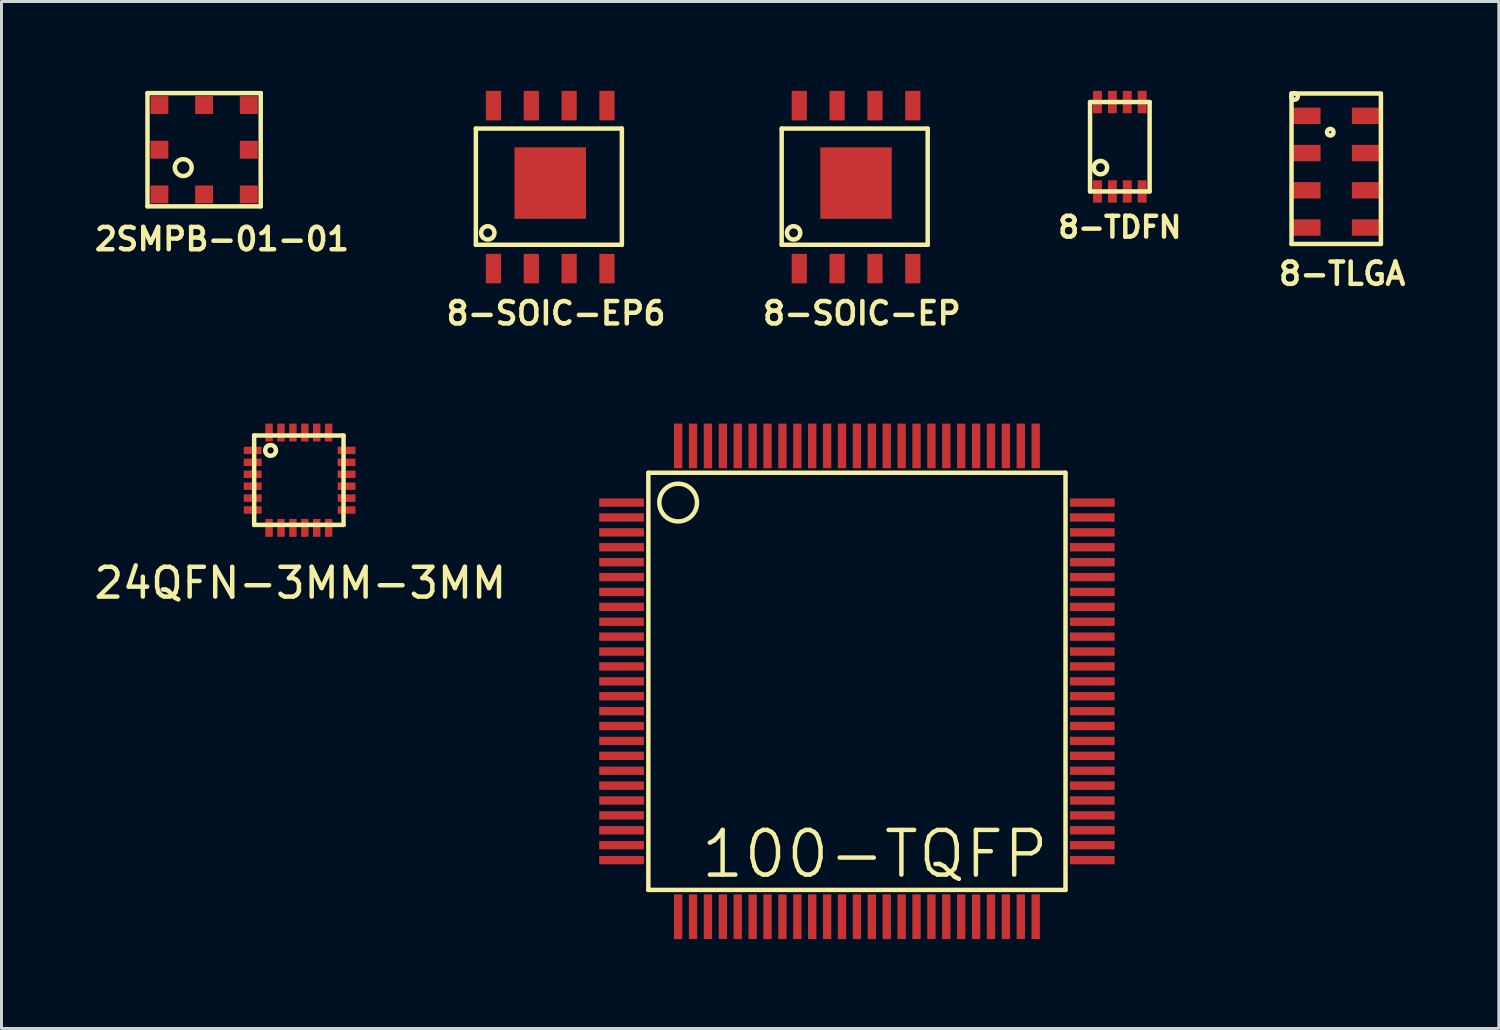
<source format=kicad_pcb>
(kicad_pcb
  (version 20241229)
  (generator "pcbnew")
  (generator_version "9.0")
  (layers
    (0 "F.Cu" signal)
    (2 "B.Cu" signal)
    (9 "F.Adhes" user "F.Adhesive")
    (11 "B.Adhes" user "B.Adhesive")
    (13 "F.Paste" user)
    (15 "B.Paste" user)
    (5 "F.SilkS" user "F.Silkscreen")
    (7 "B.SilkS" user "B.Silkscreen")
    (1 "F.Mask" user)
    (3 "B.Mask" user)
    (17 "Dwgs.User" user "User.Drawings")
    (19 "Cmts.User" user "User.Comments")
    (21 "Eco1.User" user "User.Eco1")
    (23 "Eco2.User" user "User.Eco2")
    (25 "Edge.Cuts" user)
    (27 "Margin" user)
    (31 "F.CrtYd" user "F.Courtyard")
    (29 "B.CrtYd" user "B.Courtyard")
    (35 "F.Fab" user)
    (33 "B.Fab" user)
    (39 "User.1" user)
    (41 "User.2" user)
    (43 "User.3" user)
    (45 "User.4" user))
  (footprint "8-TDFN"
    (layer "F.Cu")
    (at 33.784 3.375)
    (property "Reference" "8-TDFN" (at 0.75 1.2 0) (layer "F.SilkS") (effects (font (size 0.7 0.7) (thickness 0.15))))
    (attr through_hole)
    (fp_line (start -0.25 0) (end -0.25 -3) (stroke (width 0.15) (type solid)) (layer "F.SilkS"))
    (fp_line (start 1.75 -3) (end -0.25 -3) (stroke (width 0.15) (type solid)) (layer "F.SilkS"))
    (fp_line (start 1.75 -3) (end 1.75 0) (stroke (width 0.15) (type solid)) (layer "F.SilkS"))
    (fp_line (start 1.75 0) (end -0.25 0) (stroke (width 0.15) (type solid)) (layer "F.SilkS"))
    (fp_circle (center 0.1 -0.8) (end 0.3 -0.7) (stroke (width 0.15) (type solid)) (fill no) (layer "F.SilkS"))
    (pad "1" smd rect (at 0 0) (size 0.3 0.75) (layers "F.Cu" "F.Mask" "F.Paste"))
    (pad "2" smd rect (at 0.5 0) (size 0.3 0.75) (layers "F.Cu" "F.Mask" "F.Paste"))
    (pad "3" smd rect (at 1 0) (size 0.3 0.75) (layers "F.Cu" "F.Mask" "F.Paste"))
    (pad "4" smd rect (at 1.5 0) (size 0.3 0.75) (layers "F.Cu" "F.Mask" "F.Paste"))
    (pad "5" smd rect (at 1.5 -3) (size 0.3 0.75) (layers "F.Cu" "F.Mask" "F.Paste"))
    (pad "6" smd rect (at 1 -3) (size 0.3 0.75) (layers "F.Cu" "F.Mask" "F.Paste"))
    (pad "7" smd rect (at 0.5 -3) (size 0.3 0.75) (layers "F.Cu" "F.Mask" "F.Paste"))
    (pad "8" smd rect (at 0 -3) (size 0.3 0.75) (layers "F.Cu" "F.Mask" "F.Paste")))
  (footprint "100-TQFP"
    (layer "F.Cu")
    (at 25.71 19.817)
    (property "Reference" "100-TQFP" (at 0.6 5.8 0) (layer "F.SilkS") (effects (font (size 1.5 1.5) (thickness 0.15))))
    (attr through_hole)
    (fp_line (start -7 -7) (end 7 -7) (stroke (width 0.15) (type solid)) (layer "F.SilkS"))
    (fp_line (start -7 7) (end -7 -7) (stroke (width 0.15) (type solid)) (layer "F.SilkS"))
    (fp_line (start 7 -7) (end 7 7) (stroke (width 0.15) (type solid)) (layer "F.SilkS"))
    (fp_line (start 7 7) (end -7 7) (stroke (width 0.15) (type solid)) (layer "F.SilkS"))
    (fp_circle (center -6 -6) (end -5.8 -5.4) (stroke (width 0.15) (type solid)) (fill no) (layer "F.SilkS"))
    (pad "1" smd rect (at -7.9 -6) (size 1.5 0.28) (layers "F.Cu" "F.Mask" "F.Paste"))
    (pad "2" smd rect (at -7.9 -5.5) (size 1.5 0.28) (layers "F.Cu" "F.Mask" "F.Paste"))
    (pad "3" smd rect (at -7.9 -5) (size 1.5 0.28) (layers "F.Cu" "F.Mask" "F.Paste"))
    (pad "4" smd rect (at -7.9 -4.5) (size 1.5 0.28) (layers "F.Cu" "F.Mask" "F.Paste"))
    (pad "5" smd rect (at -7.9 -4) (size 1.5 0.28) (layers "F.Cu" "F.Mask" "F.Paste"))
    (pad "6" smd rect (at -7.9 -3.5) (size 1.5 0.28) (layers "F.Cu" "F.Mask" "F.Paste"))
    (pad "7" smd rect (at -7.9 -3) (size 1.5 0.28) (layers "F.Cu" "F.Mask" "F.Paste"))
    (pad "8" smd rect (at -7.9 -2.5) (size 1.5 0.28) (layers "F.Cu" "F.Mask" "F.Paste"))
    (pad "9" smd rect (at -7.9 -2) (size 1.5 0.28) (layers "F.Cu" "F.Mask" "F.Paste"))
    (pad "10" smd rect (at -7.9 -1.5) (size 1.5 0.28) (layers "F.Cu" "F.Mask" "F.Paste"))
    (pad "11" smd rect (at -7.9 -1) (size 1.5 0.28) (layers "F.Cu" "F.Mask" "F.Paste"))
    (pad "12" smd rect (at -7.9 -0.5) (size 1.5 0.28) (layers "F.Cu" "F.Mask" "F.Paste"))
    (pad "13" smd rect (at -7.9 0) (size 1.5 0.28) (layers "F.Cu" "F.Mask" "F.Paste"))
    (pad "14" smd rect (at -7.9 0.5) (size 1.5 0.28) (layers "F.Cu" "F.Mask" "F.Paste"))
    (pad "15" smd rect (at -7.9 1) (size 1.5 0.28) (layers "F.Cu" "F.Mask" "F.Paste"))
    (pad "16" smd rect (at -7.9 1.5) (size 1.5 0.28) (layers "F.Cu" "F.Mask" "F.Paste"))
    (pad "17" smd rect (at -7.9 2) (size 1.5 0.28) (layers "F.Cu" "F.Mask" "F.Paste"))
    (pad "18" smd rect (at -7.9 2.5) (size 1.5 0.28) (layers "F.Cu" "F.Mask" "F.Paste"))
    (pad "19" smd rect (at -7.9 3) (size 1.5 0.28) (layers "F.Cu" "F.Mask" "F.Paste"))
    (pad "20" smd rect (at -7.9 3.5) (size 1.5 0.28) (layers "F.Cu" "F.Mask" "F.Paste"))
    (pad "21" smd rect (at -7.9 4) (size 1.5 0.28) (layers "F.Cu" "F.Mask" "F.Paste"))
    (pad "22" smd rect (at -7.9 4.5) (size 1.5 0.28) (layers "F.Cu" "F.Mask" "F.Paste"))
    (pad "23" smd rect (at -7.9 5) (size 1.5 0.28) (layers "F.Cu" "F.Mask" "F.Paste"))
    (pad "24" smd rect (at -7.9 5.5) (size 1.5 0.28) (layers "F.Cu" "F.Mask" "F.Paste"))
    (pad "25" smd rect (at -7.9 6) (size 1.5 0.28) (layers "F.Cu" "F.Mask" "F.Paste"))
    (pad "26" smd rect (at -6 7.9) (size 0.28 1.5) (layers "F.Cu" "F.Mask" "F.Paste"))
    (pad "27" smd rect (at -5.5 7.9) (size 0.28 1.5) (layers "F.Cu" "F.Mask" "F.Paste"))
    (pad "28" smd rect (at -5 7.9) (size 0.28 1.5) (layers "F.Cu" "F.Mask" "F.Paste"))
    (pad "29" smd rect (at -4.5 7.9) (size 0.28 1.5) (layers "F.Cu" "F.Mask" "F.Paste"))
    (pad "30" smd rect (at -4 7.9) (size 0.28 1.5) (layers "F.Cu" "F.Mask" "F.Paste"))
    (pad "31" smd rect (at -3.5 7.9) (size 0.28 1.5) (layers "F.Cu" "F.Mask" "F.Paste"))
    (pad "32" smd rect (at -3 7.9) (size 0.28 1.5) (layers "F.Cu" "F.Mask" "F.Paste"))
    (pad "33" smd rect (at -2.5 7.9) (size 0.28 1.5) (layers "F.Cu" "F.Mask" "F.Paste"))
    (pad "34" smd rect (at -2 7.9) (size 0.28 1.5) (layers "F.Cu" "F.Mask" "F.Paste"))
    (pad "35" smd rect (at -1.5 7.9) (size 0.28 1.5) (layers "F.Cu" "F.Mask" "F.Paste"))
    (pad "36" smd rect (at -1 7.9) (size 0.28 1.5) (layers "F.Cu" "F.Mask" "F.Paste"))
    (pad "37" smd rect (at -0.5 7.9) (size 0.28 1.5) (layers "F.Cu" "F.Mask" "F.Paste"))
    (pad "38" smd rect (at 0 7.9) (size 0.28 1.5) (layers "F.Cu" "F.Mask" "F.Paste"))
    (pad "39" smd rect (at 0.5 7.9) (size 0.28 1.5) (layers "F.Cu" "F.Mask" "F.Paste"))
    (pad "40" smd rect (at 1 7.9) (size 0.28 1.5) (layers "F.Cu" "F.Mask" "F.Paste"))
    (pad "41" smd rect (at 1.5 7.9) (size 0.28 1.5) (layers "F.Cu" "F.Mask" "F.Paste"))
    (pad "42" smd rect (at 2 7.9) (size 0.28 1.5) (layers "F.Cu" "F.Mask" "F.Paste"))
    (pad "43" smd rect (at 2.5 7.9) (size 0.28 1.5) (layers "F.Cu" "F.Mask" "F.Paste"))
    (pad "44" smd rect (at 3 7.9) (size 0.28 1.5) (layers "F.Cu" "F.Mask" "F.Paste"))
    (pad "45" smd rect (at 3.5 7.9) (size 0.28 1.5) (layers "F.Cu" "F.Mask" "F.Paste"))
    (pad "46" smd rect (at 4 7.9) (size 0.28 1.5) (layers "F.Cu" "F.Mask" "F.Paste"))
    (pad "47" smd rect (at 4.5 7.9) (size 0.28 1.5) (layers "F.Cu" "F.Mask" "F.Paste"))
    (pad "48" smd rect (at 5 7.9) (size 0.28 1.5) (layers "F.Cu" "F.Mask" "F.Paste"))
    (pad "49" smd rect (at 5.5 7.9) (size 0.28 1.5) (layers "F.Cu" "F.Mask" "F.Paste"))
    (pad "50" smd rect (at 6 7.9) (size 0.28 1.5) (layers "F.Cu" "F.Mask" "F.Paste"))
    (pad "51" smd rect (at 7.9 6) (size 1.5 0.28) (layers "F.Cu" "F.Mask" "F.Paste"))
    (pad "52" smd rect (at 7.9 5.5) (size 1.5 0.28) (layers "F.Cu" "F.Mask" "F.Paste"))
    (pad "53" smd rect (at 7.9 5) (size 1.5 0.28) (layers "F.Cu" "F.Mask" "F.Paste"))
    (pad "54" smd rect (at 7.9 4.5) (size 1.5 0.28) (layers "F.Cu" "F.Mask" "F.Paste"))
    (pad "55" smd rect (at 7.9 4) (size 1.5 0.28) (layers "F.Cu" "F.Mask" "F.Paste"))
    (pad "56" smd rect (at 7.9 3.5) (size 1.5 0.28) (layers "F.Cu" "F.Mask" "F.Paste"))
    (pad "57" smd rect (at 7.9 3) (size 1.5 0.28) (layers "F.Cu" "F.Mask" "F.Paste"))
    (pad "58" smd rect (at 7.9 2.5) (size 1.5 0.28) (layers "F.Cu" "F.Mask" "F.Paste"))
    (pad "59" smd rect (at 7.9 2) (size 1.5 0.28) (layers "F.Cu" "F.Mask" "F.Paste"))
    (pad "60" smd rect (at 7.9 1.5) (size 1.5 0.28) (layers "F.Cu" "F.Mask" "F.Paste"))
    (pad "61" smd rect (at 7.9 1) (size 1.5 0.28) (layers "F.Cu" "F.Mask" "F.Paste"))
    (pad "62" smd rect (at 7.9 0.5) (size 1.5 0.28) (layers "F.Cu" "F.Mask" "F.Paste"))
    (pad "63" smd rect (at 7.9 0) (size 1.5 0.28) (layers "F.Cu" "F.Mask" "F.Paste"))
    (pad "64" smd rect (at 7.9 -0.5) (size 1.5 0.28) (layers "F.Cu" "F.Mask" "F.Paste"))
    (pad "65" smd rect (at 7.9 -1) (size 1.5 0.28) (layers "F.Cu" "F.Mask" "F.Paste"))
    (pad "66" smd rect (at 7.9 -1.5) (size 1.5 0.28) (layers "F.Cu" "F.Mask" "F.Paste"))
    (pad "67" smd rect (at 7.9 -2) (size 1.5 0.28) (layers "F.Cu" "F.Mask" "F.Paste"))
    (pad "68" smd rect (at 7.9 -2.5) (size 1.5 0.28) (layers "F.Cu" "F.Mask" "F.Paste"))
    (pad "69" smd rect (at 7.9 -3) (size 1.5 0.28) (layers "F.Cu" "F.Mask" "F.Paste"))
    (pad "70" smd rect (at 7.9 -3.5) (size 1.5 0.28) (layers "F.Cu" "F.Mask" "F.Paste"))
    (pad "71" smd rect (at 7.9 -4) (size 1.5 0.28) (layers "F.Cu" "F.Mask" "F.Paste"))
    (pad "72" smd rect (at 7.9 -4.5) (size 1.5 0.28) (layers "F.Cu" "F.Mask" "F.Paste"))
    (pad "73" smd rect (at 7.9 -5) (size 1.5 0.28) (layers "F.Cu" "F.Mask" "F.Paste"))
    (pad "74" smd rect (at 7.9 -5.5) (size 1.5 0.28) (layers "F.Cu" "F.Mask" "F.Paste"))
    (pad "75" smd rect (at 7.9 -6) (size 1.5 0.28) (layers "F.Cu" "F.Mask" "F.Paste"))
    (pad "76" smd rect (at 6 -7.9) (size 0.28 1.5) (layers "F.Cu" "F.Mask" "F.Paste"))
    (pad "77" smd rect (at 5.5 -7.9) (size 0.28 1.5) (layers "F.Cu" "F.Mask" "F.Paste"))
    (pad "78" smd rect (at 5 -7.9) (size 0.28 1.5) (layers "F.Cu" "F.Mask" "F.Paste"))
    (pad "79" smd rect (at 4.5 -7.9) (size 0.28 1.5) (layers "F.Cu" "F.Mask" "F.Paste"))
    (pad "80" smd rect (at 4 -7.9) (size 0.28 1.5) (layers "F.Cu" "F.Mask" "F.Paste"))
    (pad "81" smd rect (at 3.5 -7.9) (size 0.28 1.5) (layers "F.Cu" "F.Mask" "F.Paste"))
    (pad "82" smd rect (at 3 -7.9) (size 0.28 1.5) (layers "F.Cu" "F.Mask" "F.Paste"))
    (pad "83" smd rect (at 2.5 -7.9) (size 0.28 1.5) (layers "F.Cu" "F.Mask" "F.Paste"))
    (pad "84" smd rect (at 2 -7.9) (size 0.28 1.5) (layers "F.Cu" "F.Mask" "F.Paste"))
    (pad "85" smd rect (at 1.5 -7.9) (size 0.28 1.5) (layers "F.Cu" "F.Mask" "F.Paste"))
    (pad "86" smd rect (at 1 -7.9) (size 0.28 1.5) (layers "F.Cu" "F.Mask" "F.Paste"))
    (pad "87" smd rect (at 0.5 -7.9) (size 0.28 1.5) (layers "F.Cu" "F.Mask" "F.Paste"))
    (pad "88" smd rect (at 0 -7.9) (size 0.28 1.5) (layers "F.Cu" "F.Mask" "F.Paste"))
    (pad "89" smd rect (at -0.5 -7.9) (size 0.28 1.5) (layers "F.Cu" "F.Mask" "F.Paste"))
    (pad "90" smd rect (at -1 -7.9) (size 0.28 1.5) (layers "F.Cu" "F.Mask" "F.Paste"))
    (pad "91" smd rect (at -1.5 -7.9) (size 0.28 1.5) (layers "F.Cu" "F.Mask" "F.Paste"))
    (pad "92" smd rect (at -2 -7.9) (size 0.28 1.5) (layers "F.Cu" "F.Mask" "F.Paste"))
    (pad "93" smd rect (at -2.5 -7.9) (size 0.28 1.5) (layers "F.Cu" "F.Mask" "F.Paste"))
    (pad "94" smd rect (at -3 -7.9) (size 0.28 1.5) (layers "F.Cu" "F.Mask" "F.Paste"))
    (pad "95" smd rect (at -3.5 -7.9) (size 0.28 1.5) (layers "F.Cu" "F.Mask" "F.Paste"))
    (pad "96" smd rect (at -4 -7.9) (size 0.28 1.5) (layers "F.Cu" "F.Mask" "F.Paste"))
    (pad "97" smd rect (at -4.5 -7.9) (size 0.28 1.5) (layers "F.Cu" "F.Mask" "F.Paste"))
    (pad "98" smd rect (at -5 -7.9) (size 0.28 1.5) (layers "F.Cu" "F.Mask" "F.Paste"))
    (pad "99" smd rect (at -5.5 -7.9) (size 0.28 1.5) (layers "F.Cu" "F.Mask" "F.Paste"))
    (pad "100" smd rect (at -6 -7.9) (size 0.28 1.5) (layers "F.Cu" "F.Mask" "F.Paste")))
  (footprint "8-SOIC-EP"
    (layer "F.Cu")
    (at 25.775 3.065)
    (property "Reference" "8-SOIC-EP" (at 0.1 4.4 0) (layer "F.SilkS") (effects (font (size 0.75 0.75) (thickness 0.15))))
    (attr through_hole)
    (fp_line (start -2.59 -1.8) (end 2.31 -1.8) (stroke (width 0.15) (type solid)) (layer "F.SilkS"))
    (fp_line (start -2.59 2.1) (end -2.59 -1.8) (stroke (width 0.15) (type solid)) (layer "F.SilkS"))
    (fp_line (start 2.31 -1.8) (end 2.31 2.1) (stroke (width 0.15) (type solid)) (layer "F.SilkS"))
    (fp_line (start 2.31 2.1) (end -2.59 2.1) (stroke (width 0.15) (type solid)) (layer "F.SilkS"))
    (fp_circle (center -2.19 1.7) (end -2.09 1.9) (stroke (width 0.15) (type solid)) (fill no) (layer "F.SilkS"))
    (pad "1" smd rect (at -2 2.9) (size 0.51 0.99) (layers "F.Cu" "F.Mask" "F.Paste"))
    (pad "2" smd rect (at -0.73 2.9) (size 0.51 0.99) (layers "F.Cu" "F.Mask" "F.Paste"))
    (pad "3" smd rect (at 0.54 2.9) (size 0.51 0.99) (layers "F.Cu" "F.Mask" "F.Paste"))
    (pad "4" smd rect (at -0.095 0.03) (size 2.4 2.4) (layers "F.Cu" "F.Mask" "F.Paste"))
    (pad "4" smd rect (at 1.81 2.9) (size 0.51 0.99) (layers "F.Cu" "F.Mask" "F.Paste"))
    (pad "5" smd rect (at 1.81 -2.57) (size 0.51 0.99) (layers "F.Cu" "F.Mask" "F.Paste"))
    (pad "6" smd rect (at 0.54 -2.57) (size 0.51 0.99) (layers "F.Cu" "F.Mask" "F.Paste"))
    (pad "7" smd rect (at -0.73 -2.57) (size 0.51 0.99) (layers "F.Cu" "F.Mask" "F.Paste"))
    (pad "8" smd rect (at -2 -2.57) (size 0.51 0.99) (layers "F.Cu" "F.Mask" "F.Paste")))
  (footprint "8-TLGA"
    (layer "F.Cu")
    (at 41.796 2.737)
    (property "Reference" "8-TLGA" (at 0.2 3.4 0) (layer "F.SilkS") (effects (font (size 0.75 0.75) (thickness 0.15))))
    (attr through_hole)
    (fp_line (start -1.5 -2.65) (end -1.5 2.4) (stroke (width 0.15) (type solid)) (layer "F.SilkS"))
    (fp_line (start -1.5 -2.65) (end 1.5 -2.65) (stroke (width 0.15) (type solid)) (layer "F.SilkS"))
    (fp_line (start -1.5 2.4) (end 1.5 2.4) (stroke (width 0.15) (type solid)) (layer "F.SilkS"))
    (fp_line (start 1.5 -2.6) (end 1.5 2.4) (stroke (width 0.15) (type solid)) (layer "F.SilkS"))
    (fp_circle (center -1.4 -2.55) (end -1.35 -2.45) (stroke (width 0.15) (type solid)) (fill no) (layer "F.SilkS"))
    (fp_circle (center -0.2 -1.35) (end -0.15 -1.25) (stroke (width 0.15) (type solid)) (fill no) (layer "F.SilkS"))
    (pad "1" smd rect (at -1 -1.9) (size 0.95 0.55) (layers "F.Cu" "F.Mask" "F.Paste"))
    (pad "2" smd rect (at -1 -0.65) (size 0.95 0.55) (layers "F.Cu" "F.Mask" "F.Paste"))
    (pad "3" smd rect (at -1 0.6) (size 0.95 0.55) (layers "F.Cu" "F.Mask" "F.Paste"))
    (pad "4" smd rect (at -1 1.85) (size 0.95 0.55) (layers "F.Cu" "F.Mask" "F.Paste"))
    (pad "5" smd rect (at 1 1.85) (size 0.95 0.55) (layers "F.Cu" "F.Mask" "F.Paste"))
    (pad "6" smd rect (at 1 0.6) (size 0.95 0.55) (layers "F.Cu" "F.Mask" "F.Paste"))
    (pad "7" smd rect (at 1 -0.65) (size 0.95 0.55) (layers "F.Cu" "F.Mask" "F.Paste"))
    (pad "8" smd rect (at 1 -1.9) (size 0.95 0.55) (layers "F.Cu" "F.Mask" "F.Paste")))
  (footprint "8-SOIC-EP6"
    (layer "F.Cu")
    (at 15.511 3.065)
    (property "Reference" "8-SOIC-EP6" (at 0.1 4.4 0) (layer "F.SilkS") (effects (font (size 0.75 0.75) (thickness 0.15))))
    (attr through_hole)
    (fp_line (start -2.59 -1.8) (end 2.31 -1.8) (stroke (width 0.15) (type solid)) (layer "F.SilkS"))
    (fp_line (start -2.59 2.1) (end -2.59 -1.8) (stroke (width 0.15) (type solid)) (layer "F.SilkS"))
    (fp_line (start 2.31 -1.8) (end 2.31 2.1) (stroke (width 0.15) (type solid)) (layer "F.SilkS"))
    (fp_line (start 2.31 2.1) (end -2.59 2.1) (stroke (width 0.15) (type solid)) (layer "F.SilkS"))
    (fp_circle (center -2.19 1.7) (end -2.09 1.9) (stroke (width 0.15) (type solid)) (fill no) (layer "F.SilkS"))
    (pad "1" smd rect (at -2 2.9) (size 0.51 0.99) (layers "F.Cu" "F.Mask" "F.Paste"))
    (pad "2" smd rect (at -0.73 2.9) (size 0.51 0.99) (layers "F.Cu" "F.Mask" "F.Paste"))
    (pad "3" smd rect (at 0.54 2.9) (size 0.51 0.99) (layers "F.Cu" "F.Mask" "F.Paste"))
    (pad "4" smd rect (at 1.81 2.9) (size 0.51 0.99) (layers "F.Cu" "F.Mask" "F.Paste"))
    (pad "5" smd rect (at 1.81 -2.57) (size 0.51 0.99) (layers "F.Cu" "F.Mask" "F.Paste"))
    (pad "6" smd rect (at -0.095 0.03) (size 2.4 2.4) (layers "F.Cu" "F.Mask" "F.Paste"))
    (pad "6" smd rect (at 0.54 -2.57) (size 0.51 0.99) (layers "F.Cu" "F.Mask" "F.Paste"))
    (pad "7" smd rect (at -0.73 -2.57) (size 0.51 0.99) (layers "F.Cu" "F.Mask" "F.Paste"))
    (pad "8" smd rect (at -2 -2.57) (size 0.51 0.99) (layers "F.Cu" "F.Mask" "F.Paste")))
  (footprint "24QFN-3MM-3MM"
    (layer "F.Cu")
    (at 5.48 12.067)
    (property "Reference" "24QFN-3MM-3MM" (at 1.55 4.45 0) (layer "F.SilkS") (effects (font (size 1 1) (thickness 0.15))))
    (attr through_hole)
    (fp_line (start 0 -0.5) (end 0 2.5) (stroke (width 0.15) (type solid)) (layer "F.SilkS"))
    (fp_line (start 0 2.5) (end 3 2.5) (stroke (width 0.15) (type solid)) (layer "F.SilkS"))
    (fp_line (start 3 -0.5) (end 0 -0.5) (stroke (width 0.15) (type solid)) (layer "F.SilkS"))
    (fp_line (start 3 2.5) (end 3 -0.5) (stroke (width 0.15) (type solid)) (layer "F.SilkS"))
    (fp_circle (center 0.55 0) (end 0.65 0.15) (stroke (width 0.15) (type solid)) (fill no) (layer "F.SilkS"))
    (pad "1" smd rect (at -0.05 0) (size 0.6 0.25) (layers "F.Cu" "F.Mask" "F.Paste"))
    (pad "2" smd rect (at -0.05 0.4) (size 0.6 0.25) (layers "F.Cu" "F.Mask" "F.Paste"))
    (pad "3" smd rect (at -0.05 0.8) (size 0.6 0.25) (layers "F.Cu" "F.Mask" "F.Paste"))
    (pad "4" smd rect (at -0.05 1.2) (size 0.6 0.25) (layers "F.Cu" "F.Mask" "F.Paste"))
    (pad "5" smd rect (at -0.05 1.6) (size 0.6 0.25) (layers "F.Cu" "F.Mask" "F.Paste"))
    (pad "6" smd rect (at -0.05 2) (size 0.6 0.25) (layers "F.Cu" "F.Mask" "F.Paste"))
    (pad "7" smd rect (at 0.5 2.6) (size 0.25 0.6) (layers "F.Cu" "F.Mask" "F.Paste"))
    (pad "8" smd rect (at 0.9 2.6) (size 0.25 0.6) (layers "F.Cu" "F.Mask" "F.Paste"))
    (pad "9" smd rect (at 1.3 2.6) (size 0.25 0.6) (layers "F.Cu" "F.Mask" "F.Paste"))
    (pad "10" smd rect (at 1.7 2.6) (size 0.25 0.6) (layers "F.Cu" "F.Mask" "F.Paste"))
    (pad "11" smd rect (at 2.1 2.6) (size 0.25 0.6) (layers "F.Cu" "F.Mask" "F.Paste"))
    (pad "12" smd rect (at 2.5 2.6) (size 0.25 0.6) (layers "F.Cu" "F.Mask" "F.Paste"))
    (pad "13" smd rect (at 3.1 2) (size 0.6 0.25) (layers "F.Cu" "F.Mask" "F.Paste"))
    (pad "14" smd rect (at 3.1 1.6) (size 0.6 0.25) (layers "F.Cu" "F.Mask" "F.Paste"))
    (pad "15" smd rect (at 3.1 1.2) (size 0.6 0.25) (layers "F.Cu" "F.Mask" "F.Paste"))
    (pad "16" smd rect (at 3.1 0.8) (size 0.6 0.25) (layers "F.Cu" "F.Mask" "F.Paste"))
    (pad "17" smd rect (at 3.1 0.4) (size 0.6 0.25) (layers "F.Cu" "F.Mask" "F.Paste"))
    (pad "18" smd rect (at 3.1 0) (size 0.6 0.25) (layers "F.Cu" "F.Mask" "F.Paste"))
    (pad "19" smd rect (at 2.5 -0.6) (size 0.25 0.6) (layers "F.Cu" "F.Mask" "F.Paste"))
    (pad "20" smd rect (at 2.1 -0.6) (size 0.25 0.6) (layers "F.Cu" "F.Mask" "F.Paste"))
    (pad "21" smd rect (at 1.7 -0.6) (size 0.25 0.6) (layers "F.Cu" "F.Mask" "F.Paste"))
    (pad "22" smd rect (at 1.3 -0.6) (size 0.25 0.6) (layers "F.Cu" "F.Mask" "F.Paste"))
    (pad "23" smd rect (at 0.9 -0.6) (size 0.25 0.6) (layers "F.Cu" "F.Mask" "F.Paste"))
    (pad "24" smd rect (at 0.5 -0.6) (size 0.25 0.6) (layers "F.Cu" "F.Mask" "F.Paste")))
  (footprint "2SMPB-01-01"
    (layer "F.Cu")
    (at 3.8 1.975)
    (property "Reference" "2SMPB-01-01" (at 0.6 3 0) (layer "F.SilkS") (effects (font (size 0.75 0.75) (thickness 0.15))))
    (attr through_hole)
    (fp_line (start -1.9 1.9) (end -1.9 -1.9) (stroke (width 0.15) (type solid)) (layer "F.SilkS"))
    (fp_line (start -1.9 1.9) (end 1.9 1.9) (stroke (width 0.15) (type solid)) (layer "F.SilkS"))
    (fp_line (start 1.9 -1.9) (end -1.9 -1.9) (stroke (width 0.15) (type solid)) (layer "F.SilkS"))
    (fp_line (start 1.9 -1.9) (end 1.9 1.9) (stroke (width 0.15) (type solid)) (layer "F.SilkS"))
    (fp_circle (center -0.7 0.6) (end -0.5 0.8) (stroke (width 0.15) (type solid)) (fill no) (layer "F.SilkS"))
    (pad "1" smd rect (at -1.5 1.5) (size 0.6 0.6) (layers "F.Cu" "F.Mask" "F.Paste"))
    (pad "2" smd rect (at 0 1.5) (size 0.6 0.6) (layers "F.Cu" "F.Mask" "F.Paste"))
    (pad "3" smd rect (at 1.5 1.5) (size 0.6 0.6) (layers "F.Cu" "F.Mask" "F.Paste"))
    (pad "4" smd rect (at 1.5 0) (size 0.6 0.6) (layers "F.Cu" "F.Mask" "F.Paste"))
    (pad "5" smd rect (at 1.5 -1.5) (size 0.6 0.6) (layers "F.Cu" "F.Mask" "F.Paste"))
    (pad "6" smd rect (at 0 -1.5) (size 0.6 0.6) (layers "F.Cu" "F.Mask" "F.Paste"))
    (pad "7" smd rect (at -1.5 -1.5) (size 0.6 0.6) (layers "F.Cu" "F.Mask" "F.Paste"))
    (pad "8" smd rect (at -1.5 0) (size 0.6 0.6) (layers "F.Cu" "F.Mask" "F.Paste")))
  (gr_rect
    (start -3 -3)
    (end 47.253 31.467)
    (stroke (width 0.1) (type default))
    (fill no)
    (layer "Edge.Cuts")))
</source>
